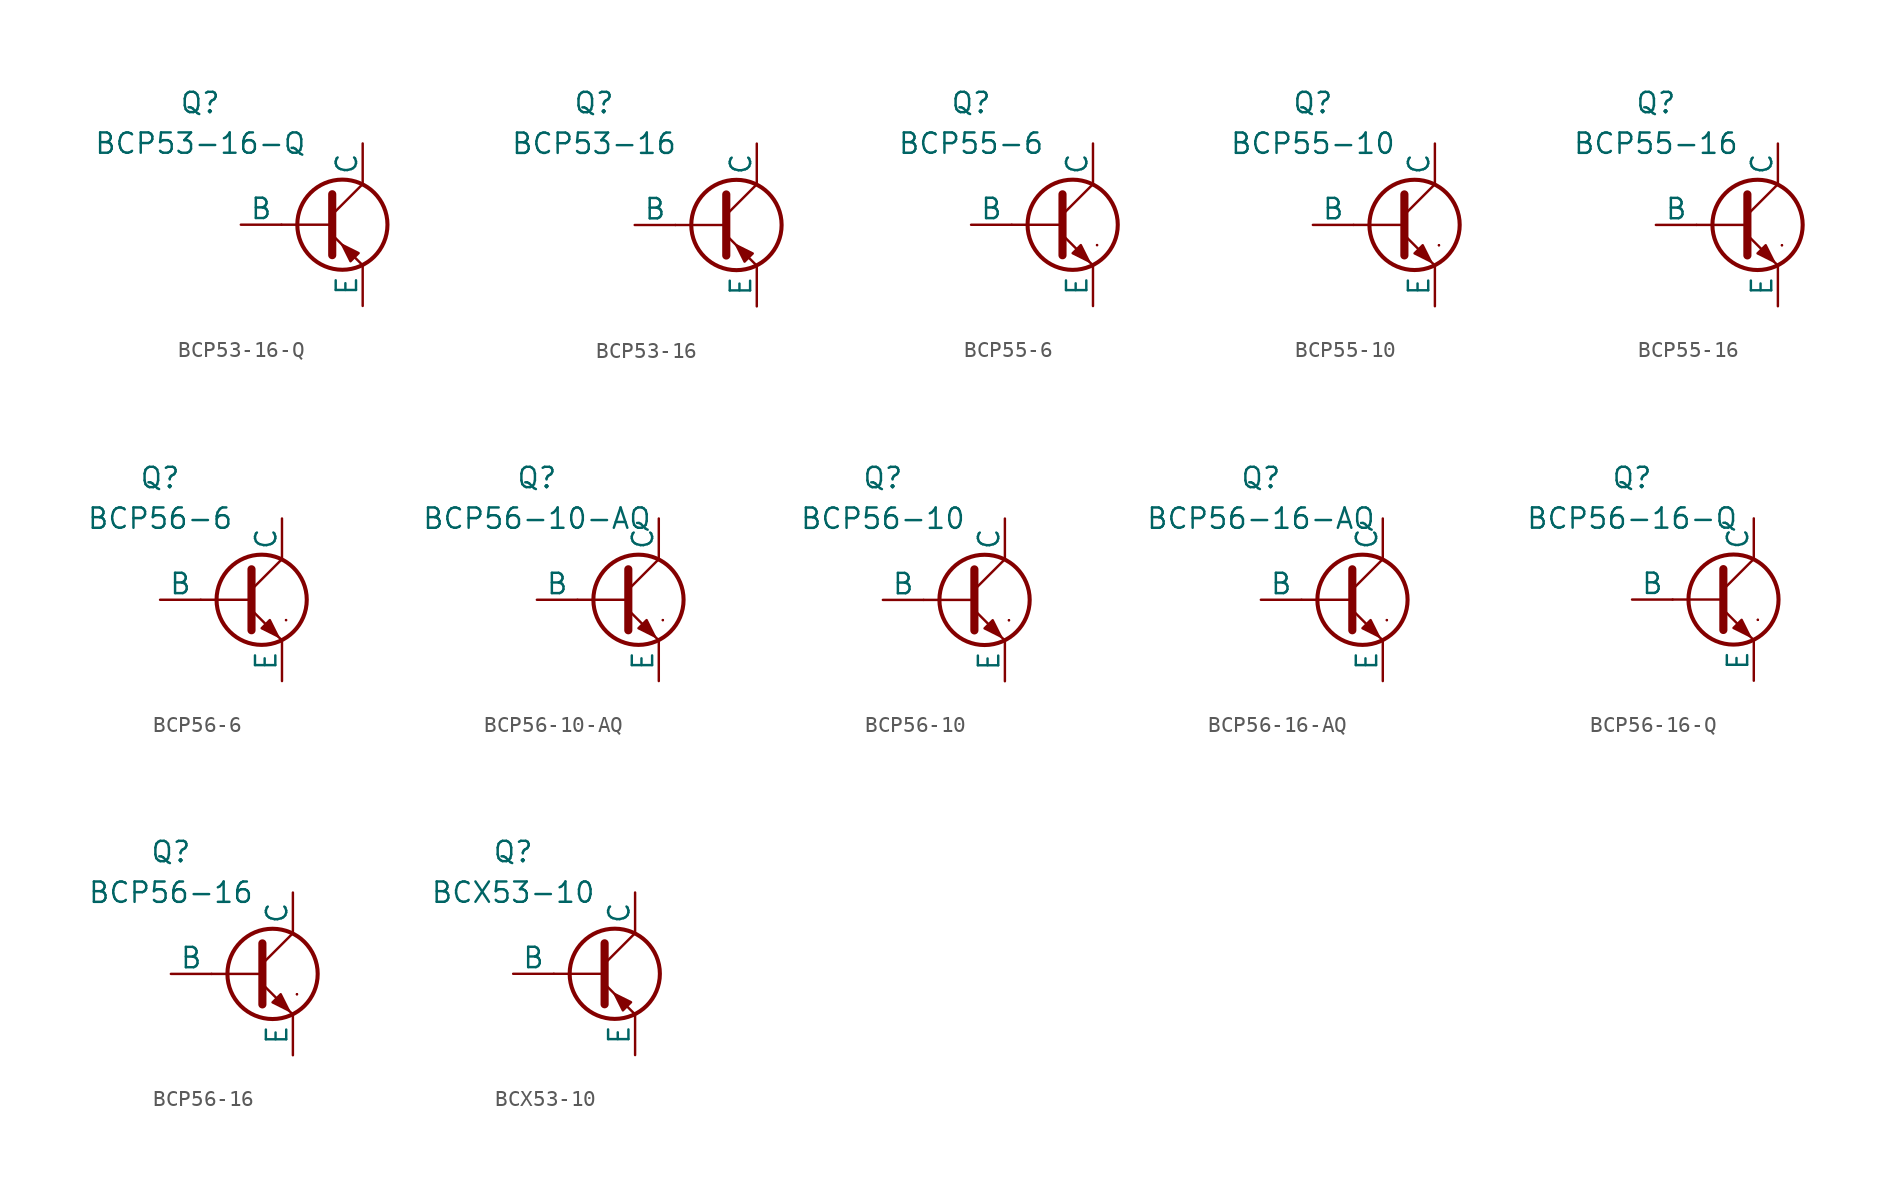
<source format=kicad_sym>
(kicad_symbol_lib
  (version 20241209)
  (generator "kicad_symbol_editor")
  (generator_version "9.0")
  (symbol "BCP53-16-Q"
    (pin_numbers
      (hide yes))
    (pin_names
      (offset 0))
    (property "Reference" "Q"
      (at -7.62 7.62 0)
      (effects (font (size 1.27 1.27))))
    (property "Value" "BCP53-16-Q"
      (at -7.62 5.08 0)
      (effects (font (size 1.27 1.27))))
    (symbol "BCP53-16-Q_0_1"
      (polyline (pts (xy -2.54 0) (xy 0.635 0)) (stroke (width 0.152) (type default)) (fill (type none)))
      (polyline (pts (xy 0.635 1.905) (xy 0.635 -1.905) (xy 0.635 -1.905)) (stroke (width 0.508) (type default)) (fill (type none)))
      (polyline (pts (xy 0.635 0.635) (xy 2.54 2.54)) (stroke (width 0) (type default)) (fill (type none)))
      (polyline (pts (xy 0.635 -0.635) (xy 2.54 -2.54) (xy 2.54 -2.54)) (stroke (width 0) (type default)) (fill (type none)))
      (circle (center 1.27 0) (radius 2.819) (stroke (width 0.254) (type default)) (fill (type none)))
      (polyline (pts (xy 2.286 -1.778) (xy 1.778 -2.286) (xy 1.27 -1.27) (xy 2.286 -1.778) (xy 2.286 -1.778)) (stroke (width 0) (type default)) (fill (type outline))))
    (symbol "BCP53-16-Q_1_1"
      (pin input line (at -5.08 0 0) (length 2.54) (name "B" (effects (font (size 1.27 1.27)))) (number "1" (effects (font (size 1.27 1.27)))))
      (pin open_collector line (at 2.54 5.08 270) (length 2.54) (name "C" (effects (font (size 1.27 1.27)))) (number "2" (effects (font (size 1.27 1.27)))))
      (pin open_emitter line (at 2.54 -5.08 90) (length 2.54) (name "E" (effects (font (size 1.27 1.27)))) (number "3" (effects (font (size 1.27 1.27)))))))
  (symbol "BCP53-16"
    (pin_numbers
      (hide yes))
    (pin_names
      (offset 0))
    (property "Reference" "Q"
      (at -7.62 7.62 0)
      (effects (font (size 1.27 1.27))))
    (property "Value" "BCP53-16"
      (at -7.62 5.08 0)
      (effects (font (size 1.27 1.27))))
    (symbol "BCP53-16_0_1"
      (polyline (pts (xy -2.54 0) (xy 0.635 0)) (stroke (width 0.152) (type default)) (fill (type none)))
      (polyline (pts (xy 0.635 1.905) (xy 0.635 -1.905) (xy 0.635 -1.905)) (stroke (width 0.508) (type default)) (fill (type none)))
      (polyline (pts (xy 0.635 0.635) (xy 2.54 2.54)) (stroke (width 0) (type default)) (fill (type none)))
      (polyline (pts (xy 0.635 -0.635) (xy 2.54 -2.54) (xy 2.54 -2.54)) (stroke (width 0) (type default)) (fill (type none)))
      (circle (center 1.27 0) (radius 2.819) (stroke (width 0.254) (type default)) (fill (type none)))
      (polyline (pts (xy 2.286 -1.778) (xy 1.778 -2.286) (xy 1.27 -1.27) (xy 2.286 -1.778) (xy 2.286 -1.778)) (stroke (width 0) (type default)) (fill (type outline))))
    (symbol "BCP53-16_1_1"
      (pin input line (at -5.08 0 0) (length 2.54) (name "B" (effects (font (size 1.27 1.27)))) (number "1" (effects (font (size 1.27 1.27)))))
      (pin open_collector line (at 2.54 5.08 270) (length 2.54) (name "C" (effects (font (size 1.27 1.27)))) (number "2" (effects (font (size 1.27 1.27)))))
      (pin open_emitter line (at 2.54 -5.08 90) (length 2.54) (name "E" (effects (font (size 1.27 1.27)))) (number "3" (effects (font (size 1.27 1.27)))))))
  (symbol "BCP55-6"
    (pin_numbers
      (hide yes))
    (pin_names
      (offset 0))
    (property "Reference" "Q"
      (at -5.08 7.62 0)
      (effects (font (size 1.27 1.27))))
    (property "Value" "BCP55-6"
      (at -5.08 5.08 0)
      (effects (font (size 1.27 1.27))))
    (symbol "BCP55-6_0_1"
      (polyline (pts (xy -2.54 0) (xy 0.635 0)) (stroke (width 0.152) (type default)) (fill (type none)))
      (polyline (pts (xy 0.635 1.905) (xy 0.635 -1.905) (xy 0.635 -1.905)) (stroke (width 0.508) (type default)) (fill (type none)))
      (polyline (pts (xy 0.635 0.635) (xy 2.54 2.54)) (stroke (width 0) (type default)) (fill (type none)))
      (polyline (pts (xy 0.635 -0.635) (xy 2.54 -2.54) (xy 2.54 -2.54)) (stroke (width 0) (type default)) (fill (type none)))
      (circle (center 1.27 0) (radius 2.819) (stroke (width 0.254) (type default)) (fill (type none)))
      (polyline (pts (xy 1.27 -1.778) (xy 1.778 -1.27) (xy 2.286 -2.286) (xy 1.27 -1.778) (xy 1.27 -1.778)) (stroke (width 0) (type default)) (fill (type outline)))
      (polyline (pts (xy 2.794 -1.27) (xy 2.794 -1.27)) (stroke (width 0.152) (type default)) (fill (type none)))
      (polyline (pts (xy 2.794 -1.27) (xy 2.794 -1.27)) (stroke (width 0.152) (type default)) (fill (type none))))
    (symbol "BCP55-6_1_1"
      (pin input line (at -5.08 0 0) (length 2.54) (name "B" (effects (font (size 1.27 1.27)))) (number "1" (effects (font (size 1.27 1.27)))))
      (pin open_collector line (at 2.54 5.08 270) (length 2.54) (name "C" (effects (font (size 1.27 1.27)))) (number "2" (effects (font (size 1.27 1.27)))))
      (pin open_emitter line (at 2.54 -5.08 90) (length 2.54) (name "E" (effects (font (size 1.27 1.27)))) (number "3" (effects (font (size 1.27 1.27)))))))
  (symbol "BCP55-10"
    (pin_numbers
      (hide yes))
    (pin_names
      (offset 0))
    (property "Reference" "Q"
      (at -5.08 7.62 0)
      (effects (font (size 1.27 1.27))))
    (property "Value" "BCP55-10"
      (at -5.08 5.08 0)
      (effects (font (size 1.27 1.27))))
    (symbol "BCP55-10_0_1"
      (polyline (pts (xy -2.54 0) (xy 0.635 0)) (stroke (width 0.152) (type default)) (fill (type none)))
      (polyline (pts (xy 0.635 1.905) (xy 0.635 -1.905) (xy 0.635 -1.905)) (stroke (width 0.508) (type default)) (fill (type none)))
      (polyline (pts (xy 0.635 0.635) (xy 2.54 2.54)) (stroke (width 0) (type default)) (fill (type none)))
      (polyline (pts (xy 0.635 -0.635) (xy 2.54 -2.54) (xy 2.54 -2.54)) (stroke (width 0) (type default)) (fill (type none)))
      (circle (center 1.27 0) (radius 2.819) (stroke (width 0.254) (type default)) (fill (type none)))
      (polyline (pts (xy 1.27 -1.778) (xy 1.778 -1.27) (xy 2.286 -2.286) (xy 1.27 -1.778) (xy 1.27 -1.778)) (stroke (width 0) (type default)) (fill (type outline)))
      (polyline (pts (xy 2.794 -1.27) (xy 2.794 -1.27)) (stroke (width 0.152) (type default)) (fill (type none)))
      (polyline (pts (xy 2.794 -1.27) (xy 2.794 -1.27)) (stroke (width 0.152) (type default)) (fill (type none))))
    (symbol "BCP55-10_1_1"
      (pin input line (at -5.08 0 0) (length 2.54) (name "B" (effects (font (size 1.27 1.27)))) (number "1" (effects (font (size 1.27 1.27)))))
      (pin open_collector line (at 2.54 5.08 270) (length 2.54) (name "C" (effects (font (size 1.27 1.27)))) (number "2" (effects (font (size 1.27 1.27)))))
      (pin open_emitter line (at 2.54 -5.08 90) (length 2.54) (name "E" (effects (font (size 1.27 1.27)))) (number "3" (effects (font (size 1.27 1.27)))))))
  (symbol "BCP55-16"
    (pin_numbers
      (hide yes))
    (pin_names
      (offset 0))
    (property "Reference" "Q"
      (at -5.08 7.62 0)
      (effects (font (size 1.27 1.27))))
    (property "Value" "BCP55-16"
      (at -5.08 5.08 0)
      (effects (font (size 1.27 1.27))))
    (symbol "BCP55-16_0_1"
      (polyline (pts (xy -2.54 0) (xy 0.635 0)) (stroke (width 0.152) (type default)) (fill (type none)))
      (polyline (pts (xy 0.635 1.905) (xy 0.635 -1.905) (xy 0.635 -1.905)) (stroke (width 0.508) (type default)) (fill (type none)))
      (polyline (pts (xy 0.635 0.635) (xy 2.54 2.54)) (stroke (width 0) (type default)) (fill (type none)))
      (polyline (pts (xy 0.635 -0.635) (xy 2.54 -2.54) (xy 2.54 -2.54)) (stroke (width 0) (type default)) (fill (type none)))
      (circle (center 1.27 0) (radius 2.819) (stroke (width 0.254) (type default)) (fill (type none)))
      (polyline (pts (xy 1.27 -1.778) (xy 1.778 -1.27) (xy 2.286 -2.286) (xy 1.27 -1.778) (xy 1.27 -1.778)) (stroke (width 0) (type default)) (fill (type outline)))
      (polyline (pts (xy 2.794 -1.27) (xy 2.794 -1.27)) (stroke (width 0.152) (type default)) (fill (type none)))
      (polyline (pts (xy 2.794 -1.27) (xy 2.794 -1.27)) (stroke (width 0.152) (type default)) (fill (type none))))
    (symbol "BCP55-16_1_1"
      (pin input line (at -5.08 0 0) (length 2.54) (name "B" (effects (font (size 1.27 1.27)))) (number "1" (effects (font (size 1.27 1.27)))))
      (pin open_collector line (at 2.54 5.08 270) (length 2.54) (name "C" (effects (font (size 1.27 1.27)))) (number "2" (effects (font (size 1.27 1.27)))))
      (pin open_emitter line (at 2.54 -5.08 90) (length 2.54) (name "E" (effects (font (size 1.27 1.27)))) (number "3" (effects (font (size 1.27 1.27)))))))
  (symbol "BCP56-6"
    (pin_numbers
      (hide yes))
    (pin_names
      (offset 0))
    (property "Reference" "Q"
      (at -5.08 7.62 0)
      (effects (font (size 1.27 1.27))))
    (property "Value" "BCP56-6"
      (at -5.08 5.08 0)
      (effects (font (size 1.27 1.27))))
    (symbol "BCP56-6_0_1"
      (polyline (pts (xy -2.54 0) (xy 0.635 0)) (stroke (width 0.152) (type default)) (fill (type none)))
      (polyline (pts (xy 0.635 1.905) (xy 0.635 -1.905) (xy 0.635 -1.905)) (stroke (width 0.508) (type default)) (fill (type none)))
      (polyline (pts (xy 0.635 0.635) (xy 2.54 2.54)) (stroke (width 0) (type default)) (fill (type none)))
      (polyline (pts (xy 0.635 -0.635) (xy 2.54 -2.54) (xy 2.54 -2.54)) (stroke (width 0) (type default)) (fill (type none)))
      (circle (center 1.27 0) (radius 2.819) (stroke (width 0.254) (type default)) (fill (type none)))
      (polyline (pts (xy 1.27 -1.778) (xy 1.778 -1.27) (xy 2.286 -2.286) (xy 1.27 -1.778) (xy 1.27 -1.778)) (stroke (width 0) (type default)) (fill (type outline)))
      (polyline (pts (xy 2.794 -1.27) (xy 2.794 -1.27)) (stroke (width 0.152) (type default)) (fill (type none)))
      (polyline (pts (xy 2.794 -1.27) (xy 2.794 -1.27)) (stroke (width 0.152) (type default)) (fill (type none))))
    (symbol "BCP56-6_1_1"
      (pin input line (at -5.08 0 0) (length 2.54) (name "B" (effects (font (size 1.27 1.27)))) (number "1" (effects (font (size 1.27 1.27)))))
      (pin open_collector line (at 2.54 5.08 270) (length 2.54) (name "C" (effects (font (size 1.27 1.27)))) (number "2" (effects (font (size 1.27 1.27)))))
      (pin open_emitter line (at 2.54 -5.08 90) (length 2.54) (name "E" (effects (font (size 1.27 1.27)))) (number "3" (effects (font (size 1.27 1.27)))))))
  (symbol "BCP56-10-AQ"
    (pin_numbers
      (hide yes))
    (pin_names
      (offset 0))
    (property "Reference" "Q"
      (at -5.08 7.62 0)
      (effects (font (size 1.27 1.27))))
    (property "Value" "BCP56-10-AQ"
      (at -5.08 5.08 0)
      (effects (font (size 1.27 1.27))))
    (symbol "BCP56-10-AQ_0_1"
      (polyline (pts (xy -2.54 0) (xy 0.635 0)) (stroke (width 0.152) (type default)) (fill (type none)))
      (polyline (pts (xy 0.635 1.905) (xy 0.635 -1.905) (xy 0.635 -1.905)) (stroke (width 0.508) (type default)) (fill (type none)))
      (polyline (pts (xy 0.635 0.635) (xy 2.54 2.54)) (stroke (width 0) (type default)) (fill (type none)))
      (polyline (pts (xy 0.635 -0.635) (xy 2.54 -2.54) (xy 2.54 -2.54)) (stroke (width 0) (type default)) (fill (type none)))
      (circle (center 1.27 0) (radius 2.819) (stroke (width 0.254) (type default)) (fill (type none)))
      (polyline (pts (xy 1.27 -1.778) (xy 1.778 -1.27) (xy 2.286 -2.286) (xy 1.27 -1.778) (xy 1.27 -1.778)) (stroke (width 0) (type default)) (fill (type outline)))
      (polyline (pts (xy 2.794 -1.27) (xy 2.794 -1.27)) (stroke (width 0.152) (type default)) (fill (type none)))
      (polyline (pts (xy 2.794 -1.27) (xy 2.794 -1.27)) (stroke (width 0.152) (type default)) (fill (type none))))
    (symbol "BCP56-10-AQ_1_1"
      (pin input line (at -5.08 0 0) (length 2.54) (name "B" (effects (font (size 1.27 1.27)))) (number "1" (effects (font (size 1.27 1.27)))))
      (pin open_collector line (at 2.54 5.08 270) (length 2.54) (name "C" (effects (font (size 1.27 1.27)))) (number "2" (effects (font (size 1.27 1.27)))))
      (pin open_emitter line (at 2.54 -5.08 90) (length 2.54) (name "E" (effects (font (size 1.27 1.27)))) (number "3" (effects (font (size 1.27 1.27)))))))
  (symbol "BCP56-10"
    (pin_numbers
      (hide yes))
    (pin_names
      (offset 0))
    (property "Reference" "Q"
      (at -5.08 7.62 0)
      (effects (font (size 1.27 1.27))))
    (property "Value" "BCP56-10"
      (at -5.08 5.08 0)
      (effects (font (size 1.27 1.27))))
    (symbol "BCP56-10_0_1"
      (polyline (pts (xy -2.54 0) (xy 0.635 0)) (stroke (width 0.152) (type default)) (fill (type none)))
      (polyline (pts (xy 0.635 1.905) (xy 0.635 -1.905) (xy 0.635 -1.905)) (stroke (width 0.508) (type default)) (fill (type none)))
      (polyline (pts (xy 0.635 0.635) (xy 2.54 2.54)) (stroke (width 0) (type default)) (fill (type none)))
      (polyline (pts (xy 0.635 -0.635) (xy 2.54 -2.54) (xy 2.54 -2.54)) (stroke (width 0) (type default)) (fill (type none)))
      (circle (center 1.27 0) (radius 2.819) (stroke (width 0.254) (type default)) (fill (type none)))
      (polyline (pts (xy 1.27 -1.778) (xy 1.778 -1.27) (xy 2.286 -2.286) (xy 1.27 -1.778) (xy 1.27 -1.778)) (stroke (width 0) (type default)) (fill (type outline)))
      (polyline (pts (xy 2.794 -1.27) (xy 2.794 -1.27)) (stroke (width 0.152) (type default)) (fill (type none)))
      (polyline (pts (xy 2.794 -1.27) (xy 2.794 -1.27)) (stroke (width 0.152) (type default)) (fill (type none))))
    (symbol "BCP56-10_1_1"
      (pin input line (at -5.08 0 0) (length 2.54) (name "B" (effects (font (size 1.27 1.27)))) (number "1" (effects (font (size 1.27 1.27)))))
      (pin open_collector line (at 2.54 5.08 270) (length 2.54) (name "C" (effects (font (size 1.27 1.27)))) (number "2" (effects (font (size 1.27 1.27)))))
      (pin open_emitter line (at 2.54 -5.08 90) (length 2.54) (name "E" (effects (font (size 1.27 1.27)))) (number "3" (effects (font (size 1.27 1.27)))))))
  (symbol "BCP56-16-AQ"
    (pin_numbers
      (hide yes))
    (pin_names
      (offset 0))
    (property "Reference" "Q"
      (at -5.08 7.62 0)
      (effects (font (size 1.27 1.27))))
    (property "Value" "BCP56-16-AQ"
      (at -5.08 5.08 0)
      (effects (font (size 1.27 1.27))))
    (symbol "BCP56-16-AQ_0_1"
      (polyline (pts (xy -2.54 0) (xy 0.635 0)) (stroke (width 0.152) (type default)) (fill (type none)))
      (polyline (pts (xy 0.635 1.905) (xy 0.635 -1.905) (xy 0.635 -1.905)) (stroke (width 0.508) (type default)) (fill (type none)))
      (polyline (pts (xy 0.635 0.635) (xy 2.54 2.54)) (stroke (width 0) (type default)) (fill (type none)))
      (polyline (pts (xy 0.635 -0.635) (xy 2.54 -2.54) (xy 2.54 -2.54)) (stroke (width 0) (type default)) (fill (type none)))
      (circle (center 1.27 0) (radius 2.819) (stroke (width 0.254) (type default)) (fill (type none)))
      (polyline (pts (xy 1.27 -1.778) (xy 1.778 -1.27) (xy 2.286 -2.286) (xy 1.27 -1.778) (xy 1.27 -1.778)) (stroke (width 0) (type default)) (fill (type outline)))
      (polyline (pts (xy 2.794 -1.27) (xy 2.794 -1.27)) (stroke (width 0.152) (type default)) (fill (type none)))
      (polyline (pts (xy 2.794 -1.27) (xy 2.794 -1.27)) (stroke (width 0.152) (type default)) (fill (type none))))
    (symbol "BCP56-16-AQ_1_1"
      (pin input line (at -5.08 0 0) (length 2.54) (name "B" (effects (font (size 1.27 1.27)))) (number "1" (effects (font (size 1.27 1.27)))))
      (pin open_collector line (at 2.54 5.08 270) (length 2.54) (name "C" (effects (font (size 1.27 1.27)))) (number "2" (effects (font (size 1.27 1.27)))))
      (pin open_emitter line (at 2.54 -5.08 90) (length 2.54) (name "E" (effects (font (size 1.27 1.27)))) (number "3" (effects (font (size 1.27 1.27)))))))
  (symbol "BCP56-16-Q"
    (pin_numbers
      (hide yes))
    (pin_names
      (offset 0))
    (property "Reference" "Q"
      (at -5.08 7.62 0)
      (effects (font (size 1.27 1.27))))
    (property "Value" "BCP56-16-Q"
      (at -5.08 5.08 0)
      (effects (font (size 1.27 1.27))))
    (symbol "BCP56-16-Q_0_1"
      (polyline (pts (xy -2.54 0) (xy 0.635 0)) (stroke (width 0.152) (type default)) (fill (type none)))
      (polyline (pts (xy 0.635 1.905) (xy 0.635 -1.905) (xy 0.635 -1.905)) (stroke (width 0.508) (type default)) (fill (type none)))
      (polyline (pts (xy 0.635 0.635) (xy 2.54 2.54)) (stroke (width 0) (type default)) (fill (type none)))
      (polyline (pts (xy 0.635 -0.635) (xy 2.54 -2.54) (xy 2.54 -2.54)) (stroke (width 0) (type default)) (fill (type none)))
      (circle (center 1.27 0) (radius 2.819) (stroke (width 0.254) (type default)) (fill (type none)))
      (polyline (pts (xy 1.27 -1.778) (xy 1.778 -1.27) (xy 2.286 -2.286) (xy 1.27 -1.778) (xy 1.27 -1.778)) (stroke (width 0) (type default)) (fill (type outline)))
      (polyline (pts (xy 2.794 -1.27) (xy 2.794 -1.27)) (stroke (width 0.152) (type default)) (fill (type none)))
      (polyline (pts (xy 2.794 -1.27) (xy 2.794 -1.27)) (stroke (width 0.152) (type default)) (fill (type none))))
    (symbol "BCP56-16-Q_1_1"
      (pin input line (at -5.08 0 0) (length 2.54) (name "B" (effects (font (size 1.27 1.27)))) (number "1" (effects (font (size 1.27 1.27)))))
      (pin open_collector line (at 2.54 5.08 270) (length 2.54) (name "C" (effects (font (size 1.27 1.27)))) (number "2" (effects (font (size 1.27 1.27)))))
      (pin open_emitter line (at 2.54 -5.08 90) (length 2.54) (name "E" (effects (font (size 1.27 1.27)))) (number "3" (effects (font (size 1.27 1.27)))))))
  (symbol "BCP56-16"
    (pin_numbers
      (hide yes))
    (pin_names
      (offset 0))
    (property "Reference" "Q"
      (at -5.08 7.62 0)
      (effects (font (size 1.27 1.27))))
    (property "Value" "BCP56-16"
      (at -5.08 5.08 0)
      (effects (font (size 1.27 1.27))))
    (symbol "BCP56-16_0_1"
      (polyline (pts (xy -2.54 0) (xy 0.635 0)) (stroke (width 0.152) (type default)) (fill (type none)))
      (polyline (pts (xy 0.635 1.905) (xy 0.635 -1.905) (xy 0.635 -1.905)) (stroke (width 0.508) (type default)) (fill (type none)))
      (polyline (pts (xy 0.635 0.635) (xy 2.54 2.54)) (stroke (width 0) (type default)) (fill (type none)))
      (polyline (pts (xy 0.635 -0.635) (xy 2.54 -2.54) (xy 2.54 -2.54)) (stroke (width 0) (type default)) (fill (type none)))
      (circle (center 1.27 0) (radius 2.819) (stroke (width 0.254) (type default)) (fill (type none)))
      (polyline (pts (xy 1.27 -1.778) (xy 1.778 -1.27) (xy 2.286 -2.286) (xy 1.27 -1.778) (xy 1.27 -1.778)) (stroke (width 0) (type default)) (fill (type outline)))
      (polyline (pts (xy 2.794 -1.27) (xy 2.794 -1.27)) (stroke (width 0.152) (type default)) (fill (type none)))
      (polyline (pts (xy 2.794 -1.27) (xy 2.794 -1.27)) (stroke (width 0.152) (type default)) (fill (type none))))
    (symbol "BCP56-16_1_1"
      (pin input line (at -5.08 0 0) (length 2.54) (name "B" (effects (font (size 1.27 1.27)))) (number "1" (effects (font (size 1.27 1.27)))))
      (pin open_collector line (at 2.54 5.08 270) (length 2.54) (name "C" (effects (font (size 1.27 1.27)))) (number "2" (effects (font (size 1.27 1.27)))))
      (pin open_emitter line (at 2.54 -5.08 90) (length 2.54) (name "E" (effects (font (size 1.27 1.27)))) (number "3" (effects (font (size 1.27 1.27)))))))
  (symbol "BCX53-10"
    (pin_numbers
      (hide yes))
    (pin_names
      (offset 0))
    (property "Reference" "Q"
      (at -5.08 7.62 0)
      (effects (font (size 1.27 1.27))))
    (property "Value" "BCX53-10"
      (at -5.08 5.08 0)
      (effects (font (size 1.27 1.27))))
    (symbol "BCX53-10_0_1"
      (polyline (pts (xy -2.54 0) (xy 0.635 0)) (stroke (width 0.152) (type default)) (fill (type none)))
      (polyline (pts (xy 0.635 1.905) (xy 0.635 -1.905) (xy 0.635 -1.905)) (stroke (width 0.508) (type default)) (fill (type none)))
      (polyline (pts (xy 0.635 0.635) (xy 2.54 2.54)) (stroke (width 0) (type default)) (fill (type none)))
      (polyline (pts (xy 0.635 -0.635) (xy 2.54 -2.54) (xy 2.54 -2.54)) (stroke (width 0) (type default)) (fill (type none)))
      (circle (center 1.27 0) (radius 2.819) (stroke (width 0.254) (type default)) (fill (type none)))
      (polyline (pts (xy 2.286 -1.778) (xy 1.778 -2.286) (xy 1.27 -1.27) (xy 2.286 -1.778) (xy 2.286 -1.778)) (stroke (width 0) (type default)) (fill (type outline))))
    (symbol "BCX53-10_1_1"
      (pin input line (at -5.08 0 0) (length 2.54) (name "B" (effects (font (size 1.27 1.27)))) (number "1" (effects (font (size 1.27 1.27)))))
      (pin open_collector line (at 2.54 5.08 270) (length 2.54) (name "C" (effects (font (size 1.27 1.27)))) (number "2" (effects (font (size 1.27 1.27)))))
      (pin open_emitter line (at 2.54 -5.08 90) (length 2.54) (name "E" (effects (font (size 1.27 1.27)))) (number "3" (effects (font (size 1.27 1.27))))))))
</source>
